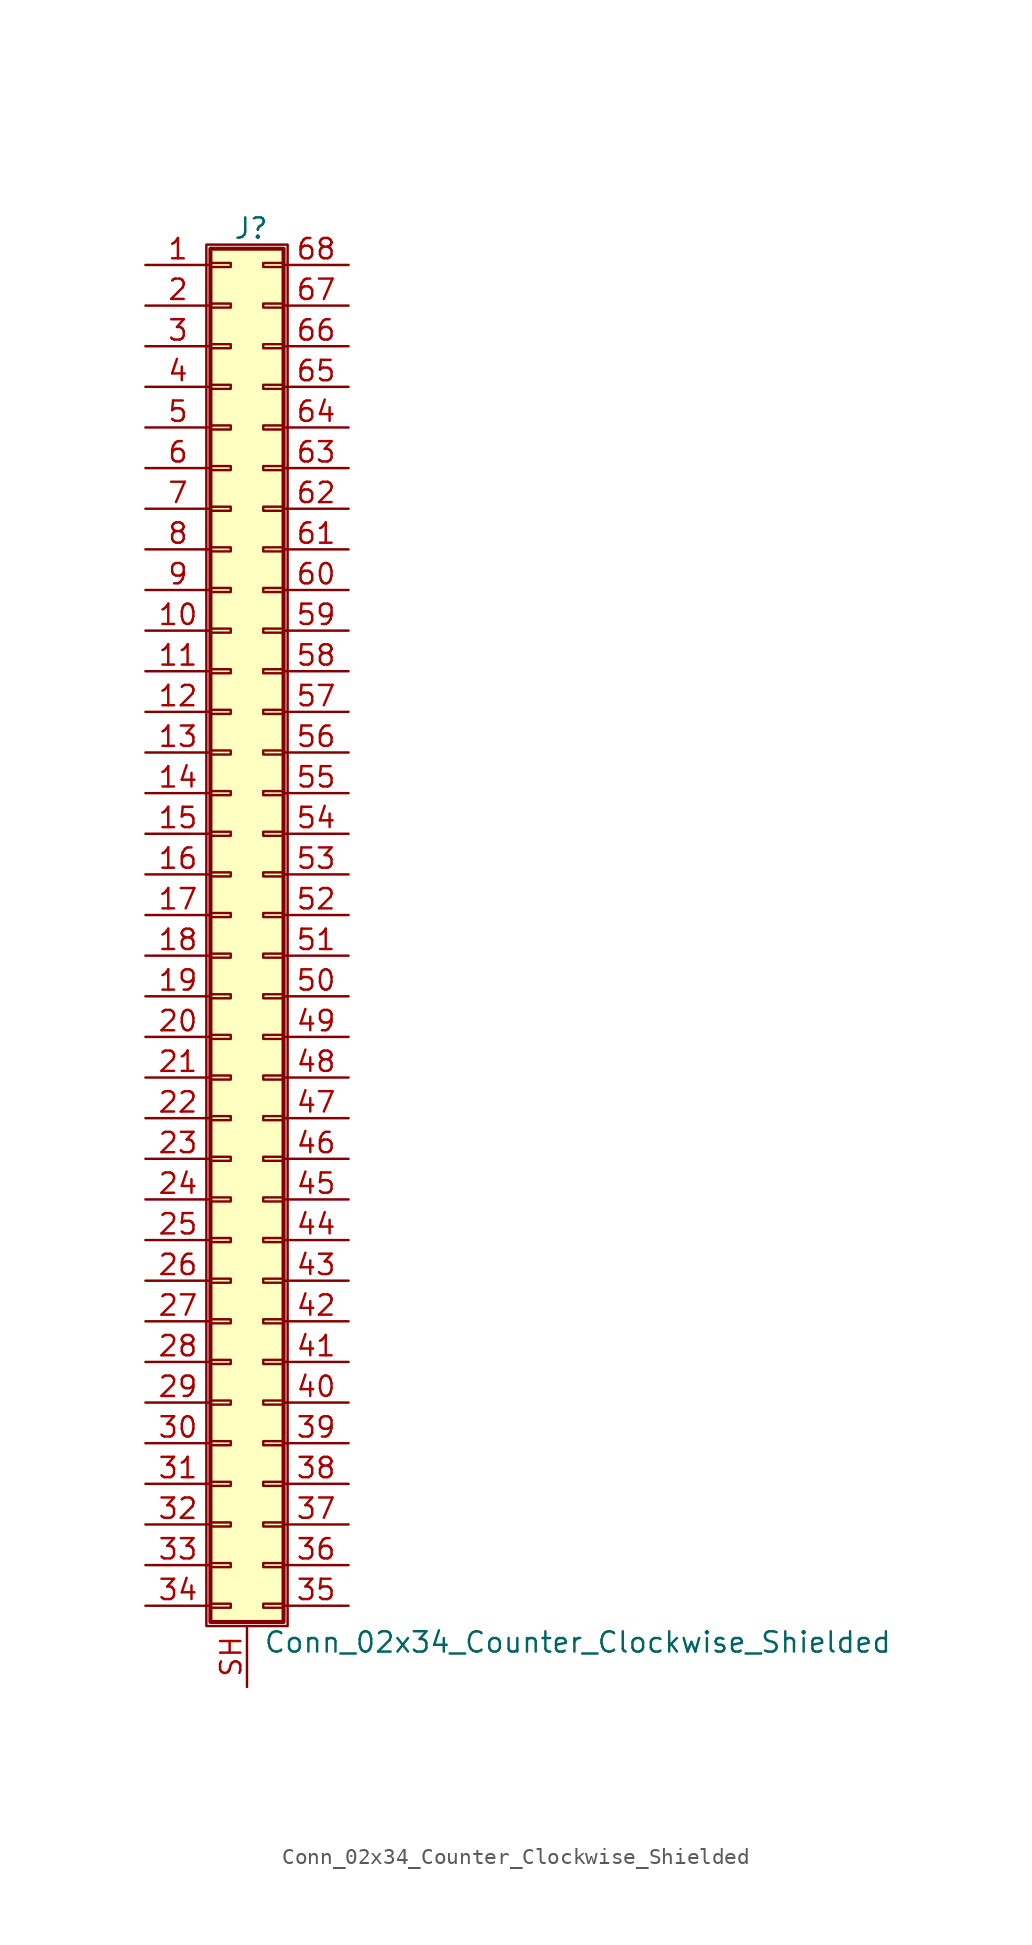
<source format=kicad_sym>
(kicad_symbol_lib
  (version 20201005)
  (generator kicad_symbol_editor)
  (symbol "Connector_Generic_Shielded:Conn_02x34_Counter_Clockwise_Shielded"
    (pin_names
      (offset 1.016) hide)
    (property "Reference" "J"
      (at 1.524 42.926 0)
      (effects (font (size 1.27 1.27))))
    (property "Value" "Conn_02x34_Counter_Clockwise_Shielded"
      (at 2.286 -45.466 0)
      (effects (font (size 1.27 1.27)) (justify left)))
    (symbol "Conn_02x34_Counter_Clockwise_Shielded_1_1"
      (rectangle (start -1.016 -27.813) (end 0.254 -28.067) (stroke (width 0.152)) (fill (type none)))
      (rectangle (start -1.016 -30.353) (end 0.254 -30.607) (stroke (width 0.152)) (fill (type none)))
      (rectangle (start -1.016 -32.893) (end 0.254 -33.147) (stroke (width 0.152)) (fill (type none)))
      (rectangle (start -1.016 -35.433) (end 0.254 -35.687) (stroke (width 0.152)) (fill (type none)))
      (rectangle (start -1.016 -37.973) (end 0.254 -38.227) (stroke (width 0.152)) (fill (type none)))
      (rectangle (start -1.016 -40.513) (end 0.254 -40.767) (stroke (width 0.152)) (fill (type none)))
      (rectangle (start -1.016 -43.053) (end 0.254 -43.307) (stroke (width 0.152)) (fill (type none)))
      (rectangle (start -1.016 -4.953) (end 0.254 -5.207) (stroke (width 0.152)) (fill (type none)))
      (rectangle (start -1.016 -7.493) (end 0.254 -7.747) (stroke (width 0.152)) (fill (type none)))
      (rectangle (start -1.016 -10.033) (end 0.254 -10.287) (stroke (width 0.152)) (fill (type none)))
      (rectangle (start -1.016 -12.573) (end 0.254 -12.827) (stroke (width 0.152)) (fill (type none)))
      (rectangle (start -1.016 -15.113) (end 0.254 -15.367) (stroke (width 0.152)) (fill (type none)))
      (rectangle (start -1.016 -17.653) (end 0.254 -17.907) (stroke (width 0.152)) (fill (type none)))
      (rectangle (start -1.016 -20.193) (end 0.254 -20.447) (stroke (width 0.152)) (fill (type none)))
      (rectangle (start -1.016 -22.733) (end 0.254 -22.987) (stroke (width 0.152)) (fill (type none)))
      (rectangle (start -1.016 -2.413) (end 0.254 -2.667) (stroke (width 0.152)) (fill (type none)))
      (rectangle (start -1.016 -25.273) (end 0.254 -25.527) (stroke (width 0.152)) (fill (type none)))
      (rectangle (start -1.016 25.527) (end 0.254 25.273) (stroke (width 0.152)) (fill (type none)))
      (rectangle (start -1.016 2.667) (end 0.254 2.413) (stroke (width 0.152)) (fill (type none)))
      (rectangle (start -1.016 28.067) (end 0.254 27.813) (stroke (width 0.152)) (fill (type none)))
      (rectangle (start -1.016 30.607) (end 0.254 30.353) (stroke (width 0.152)) (fill (type none)))
      (rectangle (start -1.016 33.147) (end 0.254 32.893) (stroke (width 0.152)) (fill (type none)))
      (rectangle (start -1.016 35.687) (end 0.254 35.433) (stroke (width 0.152)) (fill (type none)))
      (rectangle (start -1.016 38.227) (end 0.254 37.973) (stroke (width 0.152)) (fill (type none)))
      (rectangle (start -1.016 40.767) (end 0.254 40.513) (stroke (width 0.152)) (fill (type none)))
      (rectangle (start -1.016 41.656) (end 3.556 -44.196) (stroke (width 0.254)) (fill (type background)))
      (rectangle (start -1.016 5.207) (end 0.254 4.953) (stroke (width 0.152)) (fill (type none)))
      (rectangle (start -1.016 7.747) (end 0.254 7.493) (stroke (width 0.152)) (fill (type none)))
      (rectangle (start -1.016 10.287) (end 0.254 10.033) (stroke (width 0.152)) (fill (type none)))
      (rectangle (start -1.016 0.127) (end 0.254 -0.127) (stroke (width 0.152)) (fill (type none)))
      (rectangle (start -1.016 12.827) (end 0.254 12.573) (stroke (width 0.152)) (fill (type none)))
      (rectangle (start -1.016 15.367) (end 0.254 15.113) (stroke (width 0.152)) (fill (type none)))
      (rectangle (start -1.016 17.907) (end 0.254 17.653) (stroke (width 0.152)) (fill (type none)))
      (rectangle (start -1.016 20.447) (end 0.254 20.193) (stroke (width 0.152)) (fill (type none)))
      (rectangle (start -1.016 22.987) (end 0.254 22.733) (stroke (width 0.152)) (fill (type none)))
      (rectangle (start -1.27 41.91) (end 3.81 -44.45) (stroke (width 0.152)) (fill (type none)))
      (rectangle (start 3.556 -27.813) (end 2.286 -28.067) (stroke (width 0.152)) (fill (type none)))
      (rectangle (start 3.556 -30.353) (end 2.286 -30.607) (stroke (width 0.152)) (fill (type none)))
      (rectangle (start 3.556 -32.893) (end 2.286 -33.147) (stroke (width 0.152)) (fill (type none)))
      (rectangle (start 3.556 -35.433) (end 2.286 -35.687) (stroke (width 0.152)) (fill (type none)))
      (rectangle (start 3.556 -37.973) (end 2.286 -38.227) (stroke (width 0.152)) (fill (type none)))
      (rectangle (start 3.556 -40.513) (end 2.286 -40.767) (stroke (width 0.152)) (fill (type none)))
      (rectangle (start 3.556 -43.053) (end 2.286 -43.307) (stroke (width 0.152)) (fill (type none)))
      (rectangle (start 3.556 -4.953) (end 2.286 -5.207) (stroke (width 0.152)) (fill (type none)))
      (rectangle (start 3.556 -7.493) (end 2.286 -7.747) (stroke (width 0.152)) (fill (type none)))
      (rectangle (start 3.556 -10.033) (end 2.286 -10.287) (stroke (width 0.152)) (fill (type none)))
      (rectangle (start 3.556 -12.573) (end 2.286 -12.827) (stroke (width 0.152)) (fill (type none)))
      (rectangle (start 3.556 -15.113) (end 2.286 -15.367) (stroke (width 0.152)) (fill (type none)))
      (rectangle (start 3.556 -17.653) (end 2.286 -17.907) (stroke (width 0.152)) (fill (type none)))
      (rectangle (start 3.556 -20.193) (end 2.286 -20.447) (stroke (width 0.152)) (fill (type none)))
      (rectangle (start 3.556 -22.733) (end 2.286 -22.987) (stroke (width 0.152)) (fill (type none)))
      (rectangle (start 3.556 -2.413) (end 2.286 -2.667) (stroke (width 0.152)) (fill (type none)))
      (rectangle (start 3.556 -25.273) (end 2.286 -25.527) (stroke (width 0.152)) (fill (type none)))
      (rectangle (start 3.556 25.527) (end 2.286 25.273) (stroke (width 0.152)) (fill (type none)))
      (rectangle (start 3.556 2.667) (end 2.286 2.413) (stroke (width 0.152)) (fill (type none)))
      (rectangle (start 3.556 28.067) (end 2.286 27.813) (stroke (width 0.152)) (fill (type none)))
      (rectangle (start 3.556 30.607) (end 2.286 30.353) (stroke (width 0.152)) (fill (type none)))
      (rectangle (start 3.556 33.147) (end 2.286 32.893) (stroke (width 0.152)) (fill (type none)))
      (rectangle (start 3.556 35.687) (end 2.286 35.433) (stroke (width 0.152)) (fill (type none)))
      (rectangle (start 3.556 38.227) (end 2.286 37.973) (stroke (width 0.152)) (fill (type none)))
      (rectangle (start 3.556 40.767) (end 2.286 40.513) (stroke (width 0.152)) (fill (type none)))
      (rectangle (start 3.556 5.207) (end 2.286 4.953) (stroke (width 0.152)) (fill (type none)))
      (rectangle (start 3.556 7.747) (end 2.286 7.493) (stroke (width 0.152)) (fill (type none)))
      (rectangle (start 3.556 10.287) (end 2.286 10.033) (stroke (width 0.152)) (fill (type none)))
      (rectangle (start 3.556 0.127) (end 2.286 -0.127) (stroke (width 0.152)) (fill (type none)))
      (rectangle (start 3.556 12.827) (end 2.286 12.573) (stroke (width 0.152)) (fill (type none)))
      (rectangle (start 3.556 15.367) (end 2.286 15.113) (stroke (width 0.152)) (fill (type none)))
      (rectangle (start 3.556 17.907) (end 2.286 17.653) (stroke (width 0.152)) (fill (type none)))
      (rectangle (start 3.556 20.447) (end 2.286 20.193) (stroke (width 0.152)) (fill (type none)))
      (rectangle (start 3.556 22.987) (end 2.286 22.733) (stroke (width 0.152)) (fill (type none)))
      (pin passive line (at -5.08 40.64 0) (length 4.064) (name "Pin_1" (effects (font (size 1.27 1.27)))) (number "1" (effects (font (size 1.27 1.27)))))
      (pin passive line (at -5.08 17.78 0) (length 4.064) (name "Pin_10" (effects (font (size 1.27 1.27)))) (number "10" (effects (font (size 1.27 1.27)))))
      (pin passive line (at -5.08 15.24 0) (length 4.064) (name "Pin_11" (effects (font (size 1.27 1.27)))) (number "11" (effects (font (size 1.27 1.27)))))
      (pin passive line (at -5.08 12.7 0) (length 4.064) (name "Pin_12" (effects (font (size 1.27 1.27)))) (number "12" (effects (font (size 1.27 1.27)))))
      (pin passive line (at -5.08 10.16 0) (length 4.064) (name "Pin_13" (effects (font (size 1.27 1.27)))) (number "13" (effects (font (size 1.27 1.27)))))
      (pin passive line (at -5.08 7.62 0) (length 4.064) (name "Pin_14" (effects (font (size 1.27 1.27)))) (number "14" (effects (font (size 1.27 1.27)))))
      (pin passive line (at -5.08 5.08 0) (length 4.064) (name "Pin_15" (effects (font (size 1.27 1.27)))) (number "15" (effects (font (size 1.27 1.27)))))
      (pin passive line (at -5.08 2.54 0) (length 4.064) (name "Pin_16" (effects (font (size 1.27 1.27)))) (number "16" (effects (font (size 1.27 1.27)))))
      (pin passive line (at -5.08 0 0) (length 4.064) (name "Pin_17" (effects (font (size 1.27 1.27)))) (number "17" (effects (font (size 1.27 1.27)))))
      (pin passive line (at -5.08 -2.54 0) (length 4.064) (name "Pin_18" (effects (font (size 1.27 1.27)))) (number "18" (effects (font (size 1.27 1.27)))))
      (pin passive line (at -5.08 -5.08 0) (length 4.064) (name "Pin_19" (effects (font (size 1.27 1.27)))) (number "19" (effects (font (size 1.27 1.27)))))
      (pin passive line (at -5.08 38.1 0) (length 4.064) (name "Pin_2" (effects (font (size 1.27 1.27)))) (number "2" (effects (font (size 1.27 1.27)))))
      (pin passive line (at -5.08 -7.62 0) (length 4.064) (name "Pin_20" (effects (font (size 1.27 1.27)))) (number "20" (effects (font (size 1.27 1.27)))))
      (pin passive line (at -5.08 -10.16 0) (length 4.064) (name "Pin_21" (effects (font (size 1.27 1.27)))) (number "21" (effects (font (size 1.27 1.27)))))
      (pin passive line (at -5.08 -12.7 0) (length 4.064) (name "Pin_22" (effects (font (size 1.27 1.27)))) (number "22" (effects (font (size 1.27 1.27)))))
      (pin passive line (at -5.08 -15.24 0) (length 4.064) (name "Pin_23" (effects (font (size 1.27 1.27)))) (number "23" (effects (font (size 1.27 1.27)))))
      (pin passive line (at -5.08 -17.78 0) (length 4.064) (name "Pin_24" (effects (font (size 1.27 1.27)))) (number "24" (effects (font (size 1.27 1.27)))))
      (pin passive line (at -5.08 -20.32 0) (length 4.064) (name "Pin_25" (effects (font (size 1.27 1.27)))) (number "25" (effects (font (size 1.27 1.27)))))
      (pin passive line (at -5.08 -22.86 0) (length 4.064) (name "Pin_26" (effects (font (size 1.27 1.27)))) (number "26" (effects (font (size 1.27 1.27)))))
      (pin passive line (at -5.08 -25.4 0) (length 4.064) (name "Pin_27" (effects (font (size 1.27 1.27)))) (number "27" (effects (font (size 1.27 1.27)))))
      (pin passive line (at -5.08 -27.94 0) (length 4.064) (name "Pin_28" (effects (font (size 1.27 1.27)))) (number "28" (effects (font (size 1.27 1.27)))))
      (pin passive line (at -5.08 -30.48 0) (length 4.064) (name "Pin_29" (effects (font (size 1.27 1.27)))) (number "29" (effects (font (size 1.27 1.27)))))
      (pin passive line (at -5.08 35.56 0) (length 4.064) (name "Pin_3" (effects (font (size 1.27 1.27)))) (number "3" (effects (font (size 1.27 1.27)))))
      (pin passive line (at -5.08 -33.02 0) (length 4.064) (name "Pin_30" (effects (font (size 1.27 1.27)))) (number "30" (effects (font (size 1.27 1.27)))))
      (pin passive line (at -5.08 -35.56 0) (length 4.064) (name "Pin_31" (effects (font (size 1.27 1.27)))) (number "31" (effects (font (size 1.27 1.27)))))
      (pin passive line (at -5.08 -38.1 0) (length 4.064) (name "Pin_32" (effects (font (size 1.27 1.27)))) (number "32" (effects (font (size 1.27 1.27)))))
      (pin passive line (at -5.08 -40.64 0) (length 4.064) (name "Pin_33" (effects (font (size 1.27 1.27)))) (number "33" (effects (font (size 1.27 1.27)))))
      (pin passive line (at -5.08 -43.18 0) (length 4.064) (name "Pin_34" (effects (font (size 1.27 1.27)))) (number "34" (effects (font (size 1.27 1.27)))))
      (pin passive line (at 7.62 -43.18 180) (length 4.064) (name "Pin_35" (effects (font (size 1.27 1.27)))) (number "35" (effects (font (size 1.27 1.27)))))
      (pin passive line (at 7.62 -40.64 180) (length 4.064) (name "Pin_36" (effects (font (size 1.27 1.27)))) (number "36" (effects (font (size 1.27 1.27)))))
      (pin passive line (at 7.62 -38.1 180) (length 4.064) (name "Pin_37" (effects (font (size 1.27 1.27)))) (number "37" (effects (font (size 1.27 1.27)))))
      (pin passive line (at 7.62 -35.56 180) (length 4.064) (name "Pin_38" (effects (font (size 1.27 1.27)))) (number "38" (effects (font (size 1.27 1.27)))))
      (pin passive line (at 7.62 -33.02 180) (length 4.064) (name "Pin_39" (effects (font (size 1.27 1.27)))) (number "39" (effects (font (size 1.27 1.27)))))
      (pin passive line (at -5.08 33.02 0) (length 4.064) (name "Pin_4" (effects (font (size 1.27 1.27)))) (number "4" (effects (font (size 1.27 1.27)))))
      (pin passive line (at 7.62 -30.48 180) (length 4.064) (name "Pin_40" (effects (font (size 1.27 1.27)))) (number "40" (effects (font (size 1.27 1.27)))))
      (pin passive line (at 7.62 -27.94 180) (length 4.064) (name "Pin_41" (effects (font (size 1.27 1.27)))) (number "41" (effects (font (size 1.27 1.27)))))
      (pin passive line (at 7.62 -25.4 180) (length 4.064) (name "Pin_42" (effects (font (size 1.27 1.27)))) (number "42" (effects (font (size 1.27 1.27)))))
      (pin passive line (at 7.62 -22.86 180) (length 4.064) (name "Pin_43" (effects (font (size 1.27 1.27)))) (number "43" (effects (font (size 1.27 1.27)))))
      (pin passive line (at 7.62 -20.32 180) (length 4.064) (name "Pin_44" (effects (font (size 1.27 1.27)))) (number "44" (effects (font (size 1.27 1.27)))))
      (pin passive line (at 7.62 -17.78 180) (length 4.064) (name "Pin_45" (effects (font (size 1.27 1.27)))) (number "45" (effects (font (size 1.27 1.27)))))
      (pin passive line (at 7.62 -15.24 180) (length 4.064) (name "Pin_46" (effects (font (size 1.27 1.27)))) (number "46" (effects (font (size 1.27 1.27)))))
      (pin passive line (at 7.62 -12.7 180) (length 4.064) (name "Pin_47" (effects (font (size 1.27 1.27)))) (number "47" (effects (font (size 1.27 1.27)))))
      (pin passive line (at 7.62 -10.16 180) (length 4.064) (name "Pin_48" (effects (font (size 1.27 1.27)))) (number "48" (effects (font (size 1.27 1.27)))))
      (pin passive line (at 7.62 -7.62 180) (length 4.064) (name "Pin_49" (effects (font (size 1.27 1.27)))) (number "49" (effects (font (size 1.27 1.27)))))
      (pin passive line (at -5.08 30.48 0) (length 4.064) (name "Pin_5" (effects (font (size 1.27 1.27)))) (number "5" (effects (font (size 1.27 1.27)))))
      (pin passive line (at 7.62 -5.08 180) (length 4.064) (name "Pin_50" (effects (font (size 1.27 1.27)))) (number "50" (effects (font (size 1.27 1.27)))))
      (pin passive line (at 7.62 -2.54 180) (length 4.064) (name "Pin_51" (effects (font (size 1.27 1.27)))) (number "51" (effects (font (size 1.27 1.27)))))
      (pin passive line (at 7.62 0 180) (length 4.064) (name "Pin_52" (effects (font (size 1.27 1.27)))) (number "52" (effects (font (size 1.27 1.27)))))
      (pin passive line (at 7.62 2.54 180) (length 4.064) (name "Pin_53" (effects (font (size 1.27 1.27)))) (number "53" (effects (font (size 1.27 1.27)))))
      (pin passive line (at 7.62 5.08 180) (length 4.064) (name "Pin_54" (effects (font (size 1.27 1.27)))) (number "54" (effects (font (size 1.27 1.27)))))
      (pin passive line (at 7.62 7.62 180) (length 4.064) (name "Pin_55" (effects (font (size 1.27 1.27)))) (number "55" (effects (font (size 1.27 1.27)))))
      (pin passive line (at 7.62 10.16 180) (length 4.064) (name "Pin_56" (effects (font (size 1.27 1.27)))) (number "56" (effects (font (size 1.27 1.27)))))
      (pin passive line (at 7.62 12.7 180) (length 4.064) (name "Pin_57" (effects (font (size 1.27 1.27)))) (number "57" (effects (font (size 1.27 1.27)))))
      (pin passive line (at 7.62 15.24 180) (length 4.064) (name "Pin_58" (effects (font (size 1.27 1.27)))) (number "58" (effects (font (size 1.27 1.27)))))
      (pin passive line (at 7.62 17.78 180) (length 4.064) (name "Pin_59" (effects (font (size 1.27 1.27)))) (number "59" (effects (font (size 1.27 1.27)))))
      (pin passive line (at -5.08 27.94 0) (length 4.064) (name "Pin_6" (effects (font (size 1.27 1.27)))) (number "6" (effects (font (size 1.27 1.27)))))
      (pin passive line (at 7.62 20.32 180) (length 4.064) (name "Pin_60" (effects (font (size 1.27 1.27)))) (number "60" (effects (font (size 1.27 1.27)))))
      (pin passive line (at 7.62 22.86 180) (length 4.064) (name "Pin_61" (effects (font (size 1.27 1.27)))) (number "61" (effects (font (size 1.27 1.27)))))
      (pin passive line (at 7.62 25.4 180) (length 4.064) (name "Pin_62" (effects (font (size 1.27 1.27)))) (number "62" (effects (font (size 1.27 1.27)))))
      (pin passive line (at 7.62 27.94 180) (length 4.064) (name "Pin_63" (effects (font (size 1.27 1.27)))) (number "63" (effects (font (size 1.27 1.27)))))
      (pin passive line (at 7.62 30.48 180) (length 4.064) (name "Pin_64" (effects (font (size 1.27 1.27)))) (number "64" (effects (font (size 1.27 1.27)))))
      (pin passive line (at 7.62 33.02 180) (length 4.064) (name "Pin_65" (effects (font (size 1.27 1.27)))) (number "65" (effects (font (size 1.27 1.27)))))
      (pin passive line (at 7.62 35.56 180) (length 4.064) (name "Pin_66" (effects (font (size 1.27 1.27)))) (number "66" (effects (font (size 1.27 1.27)))))
      (pin passive line (at 7.62 38.1 180) (length 4.064) (name "Pin_67" (effects (font (size 1.27 1.27)))) (number "67" (effects (font (size 1.27 1.27)))))
      (pin passive line (at 7.62 40.64 180) (length 4.064) (name "Pin_68" (effects (font (size 1.27 1.27)))) (number "68" (effects (font (size 1.27 1.27)))))
      (pin passive line (at -5.08 25.4 0) (length 4.064) (name "Pin_7" (effects (font (size 1.27 1.27)))) (number "7" (effects (font (size 1.27 1.27)))))
      (pin passive line (at -5.08 22.86 0) (length 4.064) (name "Pin_8" (effects (font (size 1.27 1.27)))) (number "8" (effects (font (size 1.27 1.27)))))
      (pin passive line (at -5.08 20.32 0) (length 4.064) (name "Pin_9" (effects (font (size 1.27 1.27)))) (number "9" (effects (font (size 1.27 1.27)))))
      (pin passive line (at 1.27 -48.26 90) (length 3.81) (name "Shield" (effects (font (size 1.27 1.27)))) (number "SH" (effects (font (size 1.27 1.27))))))))
</source>
